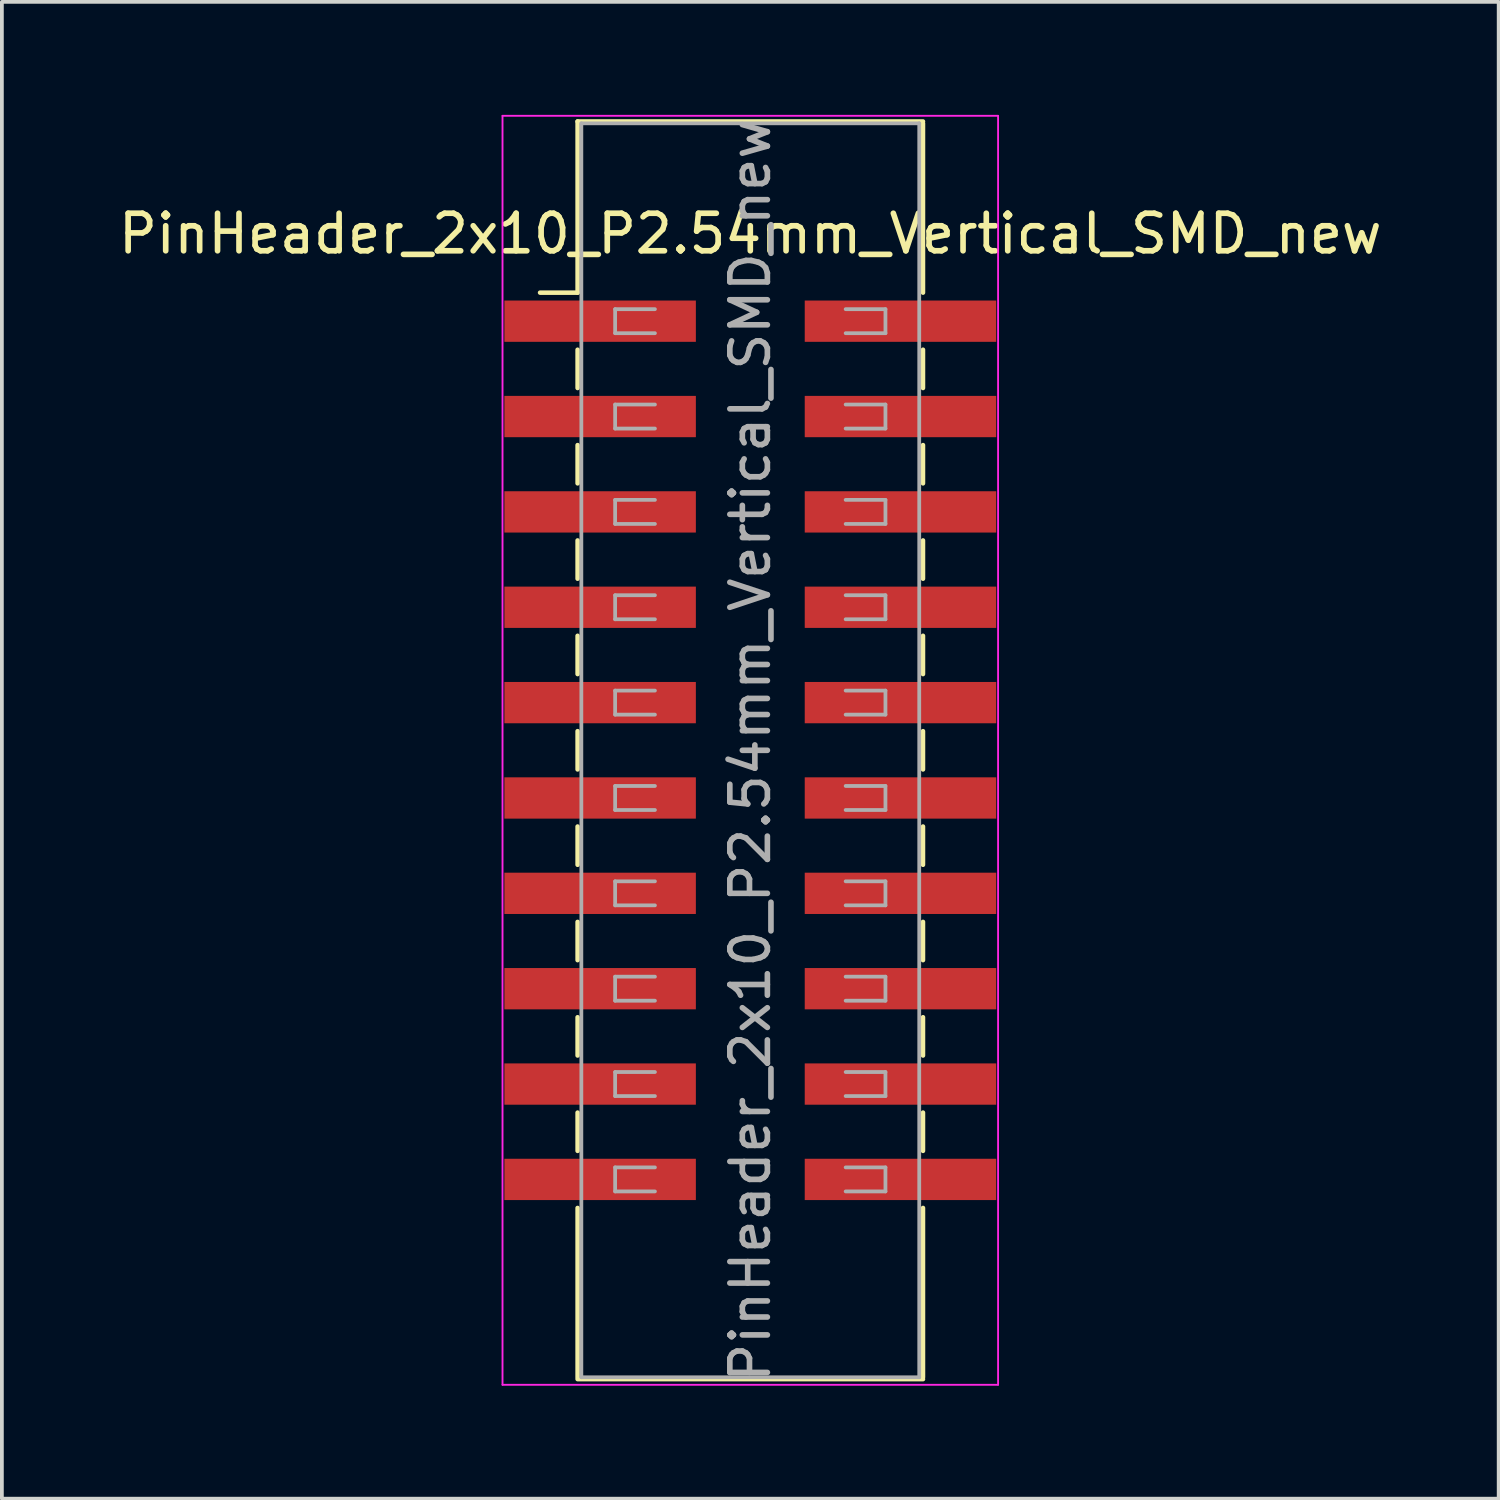
<source format=kicad_pcb>
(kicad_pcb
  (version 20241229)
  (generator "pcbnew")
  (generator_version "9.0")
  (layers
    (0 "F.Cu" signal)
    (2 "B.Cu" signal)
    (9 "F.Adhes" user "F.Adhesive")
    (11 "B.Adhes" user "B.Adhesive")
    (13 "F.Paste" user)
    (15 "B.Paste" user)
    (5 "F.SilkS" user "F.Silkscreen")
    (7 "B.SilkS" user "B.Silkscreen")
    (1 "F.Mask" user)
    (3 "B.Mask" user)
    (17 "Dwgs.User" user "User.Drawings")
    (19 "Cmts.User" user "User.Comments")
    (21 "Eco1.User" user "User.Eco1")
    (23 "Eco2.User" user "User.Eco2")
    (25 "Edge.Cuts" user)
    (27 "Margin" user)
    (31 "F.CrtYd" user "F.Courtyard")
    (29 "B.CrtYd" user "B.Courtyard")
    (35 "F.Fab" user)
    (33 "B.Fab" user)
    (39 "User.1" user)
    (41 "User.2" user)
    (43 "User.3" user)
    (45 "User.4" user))
  (footprint "PinHeader_2x10_P2.54mm_Vertical_SMD_new"
    (layer "F.Cu")
    (at 16.935 16.935)
    (property "Reference" "PinHeader_2x10_P2.54mm_Vertical_SMD_new" (at 0 -13.76 0) (layer "F.SilkS") (effects (font (size 1 1) (thickness 0.15))))
    (attr smd)
    (fp_line (start -4.6 -16.75) (end -4.6 -12.19) (stroke (width 0.12) (type solid)) (layer "F.SilkS"))
    (fp_line (start -4.6 -16.75) (end 4.6 -16.75) (stroke (width 0.12) (type solid)) (layer "F.SilkS"))
    (fp_line (start -4.6 -12.19) (end -5.6 -12.19) (stroke (width 0.12) (type solid)) (layer "F.SilkS"))
    (fp_line (start -4.6 -10.67) (end -4.6 -9.65) (stroke (width 0.12) (type solid)) (layer "F.SilkS"))
    (fp_line (start -4.6 -8.13) (end -4.6 -7.11) (stroke (width 0.12) (type solid)) (layer "F.SilkS"))
    (fp_line (start -4.6 -5.59) (end -4.6 -4.57) (stroke (width 0.12) (type solid)) (layer "F.SilkS"))
    (fp_line (start -4.6 -3.05) (end -4.6 -2.03) (stroke (width 0.12) (type solid)) (layer "F.SilkS"))
    (fp_line (start -4.6 -0.51) (end -4.6 0.51) (stroke (width 0.12) (type solid)) (layer "F.SilkS"))
    (fp_line (start -4.6 2.03) (end -4.6 3.05) (stroke (width 0.12) (type solid)) (layer "F.SilkS"))
    (fp_line (start -4.6 4.57) (end -4.6 5.59) (stroke (width 0.12) (type solid)) (layer "F.SilkS"))
    (fp_line (start -4.6 7.11) (end -4.6 8.13) (stroke (width 0.12) (type solid)) (layer "F.SilkS"))
    (fp_line (start -4.6 9.65) (end -4.6 10.67) (stroke (width 0.12) (type solid)) (layer "F.SilkS"))
    (fp_line (start -4.6 12.19) (end -4.6 16.7) (stroke (width 0.12) (type solid)) (layer "F.SilkS"))
    (fp_line (start -4.6 16.75) (end 4.6 16.75) (stroke (width 0.12) (type solid)) (layer "F.SilkS"))
    (fp_line (start 4.6 -16.7) (end 4.6 -12.19) (stroke (width 0.12) (type solid)) (layer "F.SilkS"))
    (fp_line (start 4.6 -10.67) (end 4.6 -9.65) (stroke (width 0.12) (type solid)) (layer "F.SilkS"))
    (fp_line (start 4.6 -8.13) (end 4.6 -7.11) (stroke (width 0.12) (type solid)) (layer "F.SilkS"))
    (fp_line (start 4.6 -5.59) (end 4.6 -4.57) (stroke (width 0.12) (type solid)) (layer "F.SilkS"))
    (fp_line (start 4.6 -3.05) (end 4.6 -2.03) (stroke (width 0.12) (type solid)) (layer "F.SilkS"))
    (fp_line (start 4.6 -0.51) (end 4.6 0.51) (stroke (width 0.12) (type solid)) (layer "F.SilkS"))
    (fp_line (start 4.6 2.03) (end 4.6 3.05) (stroke (width 0.12) (type solid)) (layer "F.SilkS"))
    (fp_line (start 4.6 4.57) (end 4.6 5.59) (stroke (width 0.12) (type solid)) (layer "F.SilkS"))
    (fp_line (start 4.6 7.11) (end 4.6 8.13) (stroke (width 0.12) (type solid)) (layer "F.SilkS"))
    (fp_line (start 4.6 9.65) (end 4.6 10.67) (stroke (width 0.12) (type solid)) (layer "F.SilkS"))
    (fp_line (start 4.6 12.19) (end 4.6 16.7) (stroke (width 0.12) (type solid)) (layer "F.SilkS"))
    (fp_line (start -6.6 -16.9) (end -6.6 16.9) (stroke (width 0.05) (type solid)) (layer "F.CrtYd"))
    (fp_line (start -6.6 16.9) (end 6.6 16.9) (stroke (width 0.05) (type solid)) (layer "F.CrtYd"))
    (fp_line (start 6.6 -16.9) (end -6.6 -16.9) (stroke (width 0.05) (type solid)) (layer "F.CrtYd"))
    (fp_line (start 6.6 16.9) (end 6.6 -16.9) (stroke (width 0.05) (type solid)) (layer "F.CrtYd"))
    (fp_line (start -4.5 -16.7) (end 4.5 -16.7) (stroke (width 0.1) (type solid)) (layer "F.Fab"))
    (fp_line (start -4.5 16.7) (end -4.5 -16.7) (stroke (width 0.1) (type solid)) (layer "F.Fab"))
    (fp_line (start -3.6 -11.75) (end -3.6 -11.11) (stroke (width 0.1) (type solid)) (layer "F.Fab"))
    (fp_line (start -3.6 -11.11) (end -2.54 -11.11) (stroke (width 0.1) (type solid)) (layer "F.Fab"))
    (fp_line (start -3.6 -9.21) (end -3.6 -8.57) (stroke (width 0.1) (type solid)) (layer "F.Fab"))
    (fp_line (start -3.6 -8.57) (end -2.54 -8.57) (stroke (width 0.1) (type solid)) (layer "F.Fab"))
    (fp_line (start -3.6 -6.67) (end -3.6 -6.03) (stroke (width 0.1) (type solid)) (layer "F.Fab"))
    (fp_line (start -3.6 -6.03) (end -2.54 -6.03) (stroke (width 0.1) (type solid)) (layer "F.Fab"))
    (fp_line (start -3.6 -4.13) (end -3.6 -3.49) (stroke (width 0.1) (type solid)) (layer "F.Fab"))
    (fp_line (start -3.6 -3.49) (end -2.54 -3.49) (stroke (width 0.1) (type solid)) (layer "F.Fab"))
    (fp_line (start -3.6 -1.59) (end -3.6 -0.95) (stroke (width 0.1) (type solid)) (layer "F.Fab"))
    (fp_line (start -3.6 -0.95) (end -2.54 -0.95) (stroke (width 0.1) (type solid)) (layer "F.Fab"))
    (fp_line (start -3.6 0.95) (end -3.6 1.59) (stroke (width 0.1) (type solid)) (layer "F.Fab"))
    (fp_line (start -3.6 1.59) (end -2.54 1.59) (stroke (width 0.1) (type solid)) (layer "F.Fab"))
    (fp_line (start -3.6 3.49) (end -3.6 4.13) (stroke (width 0.1) (type solid)) (layer "F.Fab"))
    (fp_line (start -3.6 4.13) (end -2.54 4.13) (stroke (width 0.1) (type solid)) (layer "F.Fab"))
    (fp_line (start -3.6 6.03) (end -3.6 6.67) (stroke (width 0.1) (type solid)) (layer "F.Fab"))
    (fp_line (start -3.6 6.67) (end -2.54 6.67) (stroke (width 0.1) (type solid)) (layer "F.Fab"))
    (fp_line (start -3.6 8.57) (end -3.6 9.21) (stroke (width 0.1) (type solid)) (layer "F.Fab"))
    (fp_line (start -3.6 9.21) (end -2.54 9.21) (stroke (width 0.1) (type solid)) (layer "F.Fab"))
    (fp_line (start -3.6 11.11) (end -3.6 11.75) (stroke (width 0.1) (type solid)) (layer "F.Fab"))
    (fp_line (start -3.6 11.75) (end -2.54 11.75) (stroke (width 0.1) (type solid)) (layer "F.Fab"))
    (fp_line (start -2.54 -11.75) (end -3.6 -11.75) (stroke (width 0.1) (type solid)) (layer "F.Fab"))
    (fp_line (start -2.54 -9.21) (end -3.6 -9.21) (stroke (width 0.1) (type solid)) (layer "F.Fab"))
    (fp_line (start -2.54 -6.67) (end -3.6 -6.67) (stroke (width 0.1) (type solid)) (layer "F.Fab"))
    (fp_line (start -2.54 -4.13) (end -3.6 -4.13) (stroke (width 0.1) (type solid)) (layer "F.Fab"))
    (fp_line (start -2.54 -1.59) (end -3.6 -1.59) (stroke (width 0.1) (type solid)) (layer "F.Fab"))
    (fp_line (start -2.54 0.95) (end -3.6 0.95) (stroke (width 0.1) (type solid)) (layer "F.Fab"))
    (fp_line (start -2.54 3.49) (end -3.6 3.49) (stroke (width 0.1) (type solid)) (layer "F.Fab"))
    (fp_line (start -2.54 6.03) (end -3.6 6.03) (stroke (width 0.1) (type solid)) (layer "F.Fab"))
    (fp_line (start -2.54 8.57) (end -3.6 8.57) (stroke (width 0.1) (type solid)) (layer "F.Fab"))
    (fp_line (start -2.54 11.11) (end -3.6 11.11) (stroke (width 0.1) (type solid)) (layer "F.Fab"))
    (fp_line (start 2.54 -11.75) (end 3.6 -11.75) (stroke (width 0.1) (type solid)) (layer "F.Fab"))
    (fp_line (start 2.54 -9.21) (end 3.6 -9.21) (stroke (width 0.1) (type solid)) (layer "F.Fab"))
    (fp_line (start 2.54 -6.67) (end 3.6 -6.67) (stroke (width 0.1) (type solid)) (layer "F.Fab"))
    (fp_line (start 2.54 -4.13) (end 3.6 -4.13) (stroke (width 0.1) (type solid)) (layer "F.Fab"))
    (fp_line (start 2.54 -1.59) (end 3.6 -1.59) (stroke (width 0.1) (type solid)) (layer "F.Fab"))
    (fp_line (start 2.54 0.95) (end 3.6 0.95) (stroke (width 0.1) (type solid)) (layer "F.Fab"))
    (fp_line (start 2.54 3.49) (end 3.6 3.49) (stroke (width 0.1) (type solid)) (layer "F.Fab"))
    (fp_line (start 2.54 6.03) (end 3.6 6.03) (stroke (width 0.1) (type solid)) (layer "F.Fab"))
    (fp_line (start 2.54 8.57) (end 3.6 8.57) (stroke (width 0.1) (type solid)) (layer "F.Fab"))
    (fp_line (start 2.54 11.11) (end 3.6 11.11) (stroke (width 0.1) (type solid)) (layer "F.Fab"))
    (fp_line (start 3.6 -11.75) (end 3.6 -11.11) (stroke (width 0.1) (type solid)) (layer "F.Fab"))
    (fp_line (start 3.6 -11.11) (end 2.54 -11.11) (stroke (width 0.1) (type solid)) (layer "F.Fab"))
    (fp_line (start 3.6 -9.21) (end 3.6 -8.57) (stroke (width 0.1) (type solid)) (layer "F.Fab"))
    (fp_line (start 3.6 -8.57) (end 2.54 -8.57) (stroke (width 0.1) (type solid)) (layer "F.Fab"))
    (fp_line (start 3.6 -6.67) (end 3.6 -6.03) (stroke (width 0.1) (type solid)) (layer "F.Fab"))
    (fp_line (start 3.6 -6.03) (end 2.54 -6.03) (stroke (width 0.1) (type solid)) (layer "F.Fab"))
    (fp_line (start 3.6 -4.13) (end 3.6 -3.49) (stroke (width 0.1) (type solid)) (layer "F.Fab"))
    (fp_line (start 3.6 -3.49) (end 2.54 -3.49) (stroke (width 0.1) (type solid)) (layer "F.Fab"))
    (fp_line (start 3.6 -1.59) (end 3.6 -0.95) (stroke (width 0.1) (type solid)) (layer "F.Fab"))
    (fp_line (start 3.6 -0.95) (end 2.54 -0.95) (stroke (width 0.1) (type solid)) (layer "F.Fab"))
    (fp_line (start 3.6 0.95) (end 3.6 1.59) (stroke (width 0.1) (type solid)) (layer "F.Fab"))
    (fp_line (start 3.6 1.59) (end 2.54 1.59) (stroke (width 0.1) (type solid)) (layer "F.Fab"))
    (fp_line (start 3.6 3.49) (end 3.6 4.13) (stroke (width 0.1) (type solid)) (layer "F.Fab"))
    (fp_line (start 3.6 4.13) (end 2.54 4.13) (stroke (width 0.1) (type solid)) (layer "F.Fab"))
    (fp_line (start 3.6 6.03) (end 3.6 6.67) (stroke (width 0.1) (type solid)) (layer "F.Fab"))
    (fp_line (start 3.6 6.67) (end 2.54 6.67) (stroke (width 0.1) (type solid)) (layer "F.Fab"))
    (fp_line (start 3.6 8.57) (end 3.6 9.21) (stroke (width 0.1) (type solid)) (layer "F.Fab"))
    (fp_line (start 3.6 9.21) (end 2.54 9.21) (stroke (width 0.1) (type solid)) (layer "F.Fab"))
    (fp_line (start 3.6 11.11) (end 3.6 11.75) (stroke (width 0.1) (type solid)) (layer "F.Fab"))
    (fp_line (start 3.6 11.75) (end 2.54 11.75) (stroke (width 0.1) (type solid)) (layer "F.Fab"))
    (fp_line (start 4.5 -16.7) (end 4.5 16.7) (stroke (width 0.1) (type solid)) (layer "F.Fab"))
    (fp_line (start 4.5 16.7) (end -4.5 16.7) (stroke (width 0.1) (type solid)) (layer "F.Fab"))
    (fp_text user "${REFERENCE}" (at 0 0 90) (layer "F.Fab") (effects (font (size 1 1) (thickness 0.15))))
    (pad "1" smd rect (at -4 -11.43) (size 5.1 1.1) (layers "F.Cu" "F.Mask" "F.Paste"))
    (pad "2" smd rect (at 4 -11.43) (size 5.1 1.1) (layers "F.Cu" "F.Mask" "F.Paste"))
    (pad "3" smd rect (at -4 -8.89) (size 5.1 1.1) (layers "F.Cu" "F.Mask" "F.Paste"))
    (pad "4" smd rect (at 4 -8.89) (size 5.1 1.1) (layers "F.Cu" "F.Mask" "F.Paste"))
    (pad "5" smd rect (at -4 -6.35) (size 5.1 1.1) (layers "F.Cu" "F.Mask" "F.Paste"))
    (pad "6" smd rect (at 4 -6.35) (size 5.1 1.1) (layers "F.Cu" "F.Mask" "F.Paste"))
    (pad "7" smd rect (at -4 -3.81) (size 5.1 1.1) (layers "F.Cu" "F.Mask" "F.Paste"))
    (pad "8" smd rect (at 4 -3.81) (size 5.1 1.1) (layers "F.Cu" "F.Mask" "F.Paste"))
    (pad "9" smd rect (at -4 -1.27) (size 5.1 1.1) (layers "F.Cu" "F.Mask" "F.Paste"))
    (pad "10" smd rect (at 4 -1.27) (size 5.1 1.1) (layers "F.Cu" "F.Mask" "F.Paste"))
    (pad "11" smd rect (at -4 1.27) (size 5.1 1.1) (layers "F.Cu" "F.Mask" "F.Paste"))
    (pad "12" smd rect (at 4 1.27) (size 5.1 1.1) (layers "F.Cu" "F.Mask" "F.Paste"))
    (pad "13" smd rect (at -4 3.81) (size 5.1 1.1) (layers "F.Cu" "F.Mask" "F.Paste"))
    (pad "14" smd rect (at 4 3.81) (size 5.1 1.1) (layers "F.Cu" "F.Mask" "F.Paste"))
    (pad "15" smd rect (at -4 6.35) (size 5.1 1.1) (layers "F.Cu" "F.Mask" "F.Paste"))
    (pad "16" smd rect (at 4 6.35) (size 5.1 1.1) (layers "F.Cu" "F.Mask" "F.Paste"))
    (pad "17" smd rect (at -4 8.89) (size 5.1 1.1) (layers "F.Cu" "F.Mask" "F.Paste"))
    (pad "18" smd rect (at 4 8.89) (size 5.1 1.1) (layers "F.Cu" "F.Mask" "F.Paste"))
    (pad "19" smd rect (at -4 11.43) (size 5.1 1.1) (layers "F.Cu" "F.Mask" "F.Paste"))
    (pad "20" smd rect (at 4 11.43) (size 5.1 1.1) (layers "F.Cu" "F.Mask" "F.Paste")))
  (gr_rect
    (start -3 -3)
    (end 36.869 36.869)
    (stroke (width 0.1) (type default))
    (fill no)
    (layer "Edge.Cuts")))
</source>
